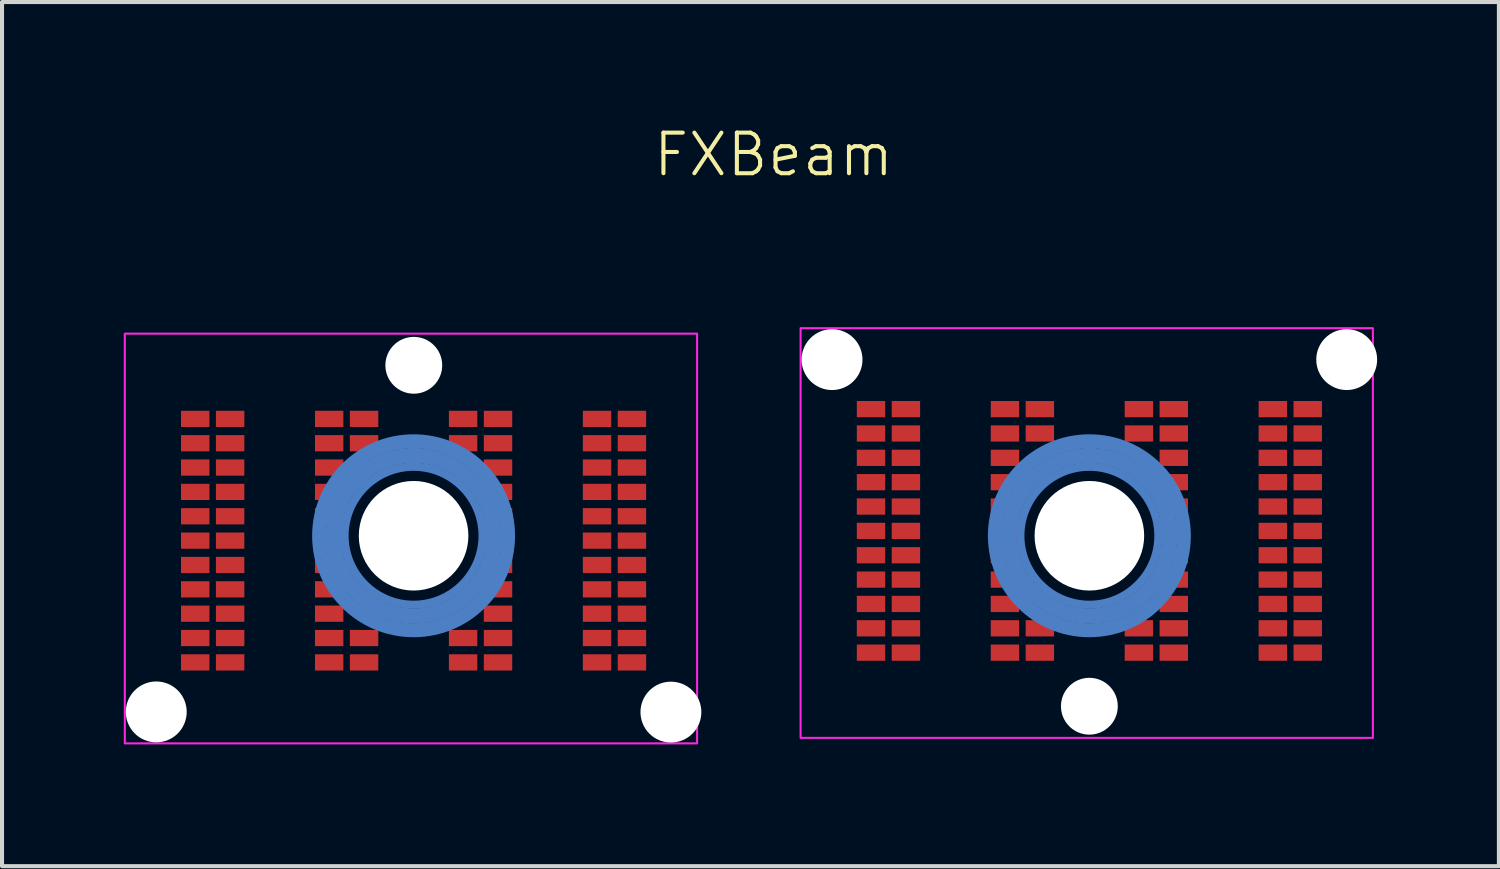
<source format=kicad_pcb>
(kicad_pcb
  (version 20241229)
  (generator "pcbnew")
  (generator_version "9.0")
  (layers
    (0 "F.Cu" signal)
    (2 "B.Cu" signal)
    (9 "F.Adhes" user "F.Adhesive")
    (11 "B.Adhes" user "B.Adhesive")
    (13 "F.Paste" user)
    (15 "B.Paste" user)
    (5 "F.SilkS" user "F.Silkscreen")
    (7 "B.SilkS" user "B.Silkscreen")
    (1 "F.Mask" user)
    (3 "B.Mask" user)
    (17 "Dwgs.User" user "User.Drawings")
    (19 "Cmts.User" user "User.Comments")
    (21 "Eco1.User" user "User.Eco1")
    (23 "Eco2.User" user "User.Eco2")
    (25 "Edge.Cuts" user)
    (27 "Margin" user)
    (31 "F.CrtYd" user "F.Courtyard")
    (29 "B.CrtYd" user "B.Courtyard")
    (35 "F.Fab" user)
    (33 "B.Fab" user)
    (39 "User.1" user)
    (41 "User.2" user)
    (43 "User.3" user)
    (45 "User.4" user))
  (footprint "FXBeam"
    (layer "F.Cu")
    (at 15.47 10.15)
    (property "Reference" "FXBeam" (at 0.54 -9.39 0) (unlocked yes) (layer "F.SilkS") (effects (font (size 1 1) (thickness 0.1))))
    (attr smd exclude_from_pos_files exclude_from_bom)
    (fp_circle (center -8.33 0) (end -6.63 0) (stroke (width 0.2) (type default)) (fill no) (layer "B.Cu"))
    (fp_circle (center -8.33 0) (end -6.44 0.005) (stroke (width 0.2) (type default)) (fill no) (layer "B.Cu"))
    (fp_circle (center -8.33 0) (end -6.265 0) (stroke (width 0.2) (type default)) (fill no) (layer "B.Cu"))
    (fp_circle (center -8.33 0) (end -6.075 0) (stroke (width 0.2) (type default)) (fill no) (layer "B.Cu"))
    (fp_circle (center -8.33 0) (end -5.93 0) (stroke (width 0.2) (type default)) (fill no) (layer "B.Cu"))
    (fp_circle (center 8.32 0) (end 10.02 0) (stroke (width 0.2) (type default)) (fill no) (layer "B.Cu"))
    (fp_circle (center 8.32 0) (end 10.21 0.005) (stroke (width 0.2) (type default)) (fill no) (layer "B.Cu"))
    (fp_circle (center 8.32 0) (end 10.385 0) (stroke (width 0.2) (type default)) (fill no) (layer "B.Cu"))
    (fp_circle (center 8.32 0) (end 10.575 0) (stroke (width 0.2) (type default)) (fill no) (layer "B.Cu"))
    (fp_circle (center 8.32 0) (end 10.72 0) (stroke (width 0.2) (type default)) (fill no) (layer "B.Cu"))
    (fp_rect (start -15.445 -4.98) (end -1.345 5.115) (stroke (width 0.05) (type default)) (fill no) (layer "F.CrtYd"))
    (fp_rect (start 15.305 4.98) (end 1.205 -5.115) (stroke (width 0.05) (type default)) (fill no) (layer "F.CrtYd"))
    (pad "" np_thru_hole circle (at -14.67 4.34) (size 1.5 1.5) (drill 1.5) (layers "*.Cu" "*.Mask"))
    (pad "" np_thru_hole circle (at -8.33 0) (size 2.7 2.7) (drill 2.7) (layers "*.Cu" "*.Mask"))
    (pad "" np_thru_hole circle (at -8.325 -4.2) (size 1.4 1.4) (drill 1.4) (layers "*.Cu" "*.Mask"))
    (pad "" np_thru_hole circle (at -1.99 4.345) (size 1.5 1.5) (drill 1.5) (layers "*.Cu" "*.Mask"))
    (pad "" np_thru_hole circle (at 1.98 -4.34) (size 1.5 1.5) (drill 1.5) (layers "*.Cu" "*.Mask"))
    (pad "" np_thru_hole circle (at 8.32 0) (size 2.7 2.7) (drill 2.7) (layers "*.Cu" "*.Mask"))
    (pad "" np_thru_hole circle (at 8.32 4.2) (size 1.4 1.4) (drill 1.4) (layers "*.Cu" "*.Mask"))
    (pad "" np_thru_hole circle (at 14.66 -4.34) (size 1.5 1.5) (drill 1.5) (layers "*.Cu" "*.Mask"))
    (pad "PA1" smd rect (at -2.95 -2.88) (size 0.7 0.4) (layers "F.Cu" "F.Mask" "F.Paste"))
    (pad "PA2" smd rect (at -3.81 -2.88) (size 0.7 0.4) (layers "F.Cu" "F.Mask" "F.Paste"))
    (pad "PA3" smd rect (at -6.25 -2.88) (size 0.7 0.4) (layers "F.Cu" "F.Mask" "F.Paste"))
    (pad "PA4" smd rect (at -7.11 -2.88) (size 0.7 0.4) (layers "F.Cu" "F.Mask" "F.Paste"))
    (pad "PA5" smd rect (at -9.55 -2.88 180) (size 0.7 0.4) (layers "F.Cu" "F.Mask" "F.Paste"))
    (pad "PA6" smd rect (at -10.41 -2.88 180) (size 0.7 0.4) (layers "F.Cu" "F.Mask" "F.Paste"))
    (pad "PA7" smd rect (at -12.85 -2.88) (size 0.7 0.4) (layers "F.Cu" "F.Mask" "F.Paste"))
    (pad "PA8" smd rect (at -13.71 -2.88) (size 0.7 0.4) (layers "F.Cu" "F.Mask" "F.Paste"))
    (pad "PB1" smd rect (at -2.95 -2.28) (size 0.7 0.4) (layers "F.Cu" "F.Mask" "F.Paste"))
    (pad "PB2" smd rect (at -3.81 -2.28) (size 0.7 0.4) (layers "F.Cu" "F.Mask" "F.Paste"))
    (pad "PB3" smd rect (at -6.25 -2.28) (size 0.7 0.4) (layers "F.Cu" "F.Mask" "F.Paste"))
    (pad "PB4" smd rect (at -7.11 -2.28) (size 0.7 0.4) (layers "F.Cu" "F.Mask" "F.Paste"))
    (pad "PB5" smd rect (at -9.55 -2.28 180) (size 0.7 0.4) (layers "F.Cu" "F.Mask" "F.Paste"))
    (pad "PB6" smd rect (at -10.41 -2.28 180) (size 0.7 0.4) (layers "F.Cu" "F.Mask" "F.Paste"))
    (pad "PB7" smd rect (at -12.85 -2.28) (size 0.7 0.4) (layers "F.Cu" "F.Mask" "F.Paste"))
    (pad "PB8" smd rect (at -13.71 -2.28) (size 0.7 0.4) (layers "F.Cu" "F.Mask" "F.Paste"))
    (pad "PC1" smd rect (at -2.95 -1.68) (size 0.7 0.4) (layers "F.Cu" "F.Mask" "F.Paste"))
    (pad "PC2" smd rect (at -3.81 -1.68) (size 0.7 0.4) (layers "F.Cu" "F.Mask" "F.Paste"))
    (pad "PC3" smd rect (at -6.25 -1.68) (size 0.7 0.4) (layers "F.Cu" "F.Mask" "F.Paste"))
    (pad "PC6" smd rect (at -10.41 -1.68 180) (size 0.7 0.4) (layers "F.Cu" "F.Mask" "F.Paste"))
    (pad "PC7" smd rect (at -12.85 -1.68) (size 0.7 0.4) (layers "F.Cu" "F.Mask" "F.Paste"))
    (pad "PC8" smd rect (at -13.71 -1.68) (size 0.7 0.4) (layers "F.Cu" "F.Mask" "F.Paste"))
    (pad "PD1" smd rect (at -2.95 -1.08) (size 0.7 0.4) (layers "F.Cu" "F.Mask" "F.Paste"))
    (pad "PD2" smd rect (at -3.81 -1.08) (size 0.7 0.4) (layers "F.Cu" "F.Mask" "F.Paste"))
    (pad "PD3" smd rect (at -6.25 -1.08) (size 0.7 0.4) (layers "F.Cu" "F.Mask" "F.Paste"))
    (pad "PD6" smd rect (at -10.41 -1.08 180) (size 0.7 0.4) (layers "F.Cu" "F.Mask" "F.Paste"))
    (pad "PD7" smd rect (at -12.85 -1.08) (size 0.7 0.4) (layers "F.Cu" "F.Mask" "F.Paste"))
    (pad "PD8" smd rect (at -13.71 -1.08) (size 0.7 0.4) (layers "F.Cu" "F.Mask" "F.Paste"))
    (pad "PE1" smd rect (at -2.95 -0.48) (size 0.7 0.4) (layers "F.Cu" "F.Mask" "F.Paste"))
    (pad "PE2" smd rect (at -3.81 -0.48) (size 0.7 0.4) (layers "F.Cu" "F.Mask" "F.Paste"))
    (pad "PE3" smd rect (at -6.25 -0.48) (size 0.7 0.4) (layers "F.Cu" "F.Mask" "F.Paste"))
    (pad "PE6" smd rect (at -10.41 -0.48 180) (size 0.7 0.4) (layers "F.Cu" "F.Mask" "F.Paste"))
    (pad "PE7" smd rect (at -12.85 -0.48) (size 0.7 0.4) (layers "F.Cu" "F.Mask" "F.Paste"))
    (pad "PE8" smd rect (at -13.71 -0.48) (size 0.7 0.4) (layers "F.Cu" "F.Mask" "F.Paste"))
    (pad "PF1" smd rect (at -2.95 0.12) (size 0.7 0.4) (layers "F.Cu" "F.Mask" "F.Paste"))
    (pad "PF2" smd rect (at -3.81 0.12) (size 0.7 0.4) (layers "F.Cu" "F.Mask" "F.Paste"))
    (pad "PF3" smd rect (at -6.25 0.12) (size 0.7 0.4) (layers "F.Cu" "F.Mask" "F.Paste"))
    (pad "PF6" smd rect (at -10.41 0.12 180) (size 0.7 0.4) (layers "F.Cu" "F.Mask" "F.Paste"))
    (pad "PF7" smd rect (at -12.85 0.12) (size 0.7 0.4) (layers "F.Cu" "F.Mask" "F.Paste"))
    (pad "PF8" smd rect (at -13.71 0.12) (size 0.7 0.4) (layers "F.Cu" "F.Mask" "F.Paste"))
    (pad "PG1" smd rect (at -2.95 0.72) (size 0.7 0.4) (layers "F.Cu" "F.Mask" "F.Paste"))
    (pad "PG2" smd rect (at -3.81 0.72) (size 0.7 0.4) (layers "F.Cu" "F.Mask" "F.Paste"))
    (pad "PG3" smd rect (at -6.25 0.72) (size 0.7 0.4) (layers "F.Cu" "F.Mask" "F.Paste"))
    (pad "PG6" smd rect (at -10.41 0.72 180) (size 0.7 0.4) (layers "F.Cu" "F.Mask" "F.Paste"))
    (pad "PG7" smd rect (at -12.85 0.72) (size 0.7 0.4) (layers "F.Cu" "F.Mask" "F.Paste"))
    (pad "PG8" smd rect (at -13.71 0.72) (size 0.7 0.4) (layers "F.Cu" "F.Mask" "F.Paste"))
    (pad "PH1" smd rect (at -2.95 1.32) (size 0.7 0.4) (layers "F.Cu" "F.Mask" "F.Paste"))
    (pad "PH2" smd rect (at -3.81 1.32) (size 0.7 0.4) (layers "F.Cu" "F.Mask" "F.Paste"))
    (pad "PH3" smd rect (at -6.25 1.32) (size 0.7 0.4) (layers "F.Cu" "F.Mask" "F.Paste"))
    (pad "PH6" smd rect (at -10.41 1.32 180) (size 0.7 0.4) (layers "F.Cu" "F.Mask" "F.Paste"))
    (pad "PH7" smd rect (at -12.85 1.32) (size 0.7 0.4) (layers "F.Cu" "F.Mask" "F.Paste"))
    (pad "PH8" smd rect (at -13.71 1.32) (size 0.7 0.4) (layers "F.Cu" "F.Mask" "F.Paste"))
    (pad "PJ1" smd rect (at -10.41 1.92 180) (size 0.7 0.4) (layers "F.Cu" "F.Mask" "F.Paste"))
    (pad "PJ1" smd rect (at -2.95 1.92) (size 0.7 0.4) (layers "F.Cu" "F.Mask" "F.Paste"))
    (pad "PJ2" smd rect (at -12.85 1.92) (size 0.7 0.4) (layers "F.Cu" "F.Mask" "F.Paste"))
    (pad "PJ2" smd rect (at -3.81 1.92) (size 0.7 0.4) (layers "F.Cu" "F.Mask" "F.Paste"))
    (pad "PJ3" smd rect (at -13.71 1.92) (size 0.7 0.4) (layers "F.Cu" "F.Mask" "F.Paste"))
    (pad "PJ3" smd rect (at -6.25 1.92) (size 0.7 0.4) (layers "F.Cu" "F.Mask" "F.Paste"))
    (pad "PK1" smd rect (at -2.95 2.52) (size 0.7 0.4) (layers "F.Cu" "F.Mask" "F.Paste"))
    (pad "PK2" smd rect (at -3.81 2.52) (size 0.7 0.4) (layers "F.Cu" "F.Mask" "F.Paste"))
    (pad "PK3" smd rect (at -6.25 2.52) (size 0.7 0.4) (layers "F.Cu" "F.Mask" "F.Paste"))
    (pad "PK4" smd rect (at -7.11 2.52) (size 0.7 0.4) (layers "F.Cu" "F.Mask" "F.Paste"))
    (pad "PK5" smd rect (at -9.55 2.52 180) (size 0.7 0.4) (layers "F.Cu" "F.Mask" "F.Paste"))
    (pad "PK6" smd rect (at -10.41 2.52 180) (size 0.7 0.4) (layers "F.Cu" "F.Mask" "F.Paste"))
    (pad "PK7" smd rect (at -12.85 2.52) (size 0.7 0.4) (layers "F.Cu" "F.Mask" "F.Paste"))
    (pad "PK8" smd rect (at -13.71 2.52) (size 0.7 0.4) (layers "F.Cu" "F.Mask" "F.Paste"))
    (pad "PL1" smd rect (at -2.95 3.12) (size 0.7 0.4) (layers "F.Cu" "F.Mask" "F.Paste"))
    (pad "PL2" smd rect (at -3.81 3.12) (size 0.7 0.4) (layers "F.Cu" "F.Mask" "F.Paste"))
    (pad "PL3" smd rect (at -6.25 3.12) (size 0.7 0.4) (layers "F.Cu" "F.Mask" "F.Paste"))
    (pad "PL4" smd rect (at -7.11 3.12) (size 0.7 0.4) (layers "F.Cu" "F.Mask" "F.Paste"))
    (pad "PL5" smd rect (at -9.55 3.12 180) (size 0.7 0.4) (layers "F.Cu" "F.Mask" "F.Paste"))
    (pad "PL6" smd rect (at -10.41 3.12 180) (size 0.7 0.4) (layers "F.Cu" "F.Mask" "F.Paste"))
    (pad "PL7" smd rect (at -12.85 3.12) (size 0.7 0.4) (layers "F.Cu" "F.Mask" "F.Paste"))
    (pad "PL8" smd rect (at -13.71 3.12) (size 0.7 0.4) (layers "F.Cu" "F.Mask" "F.Paste"))
    (pad "SA1" smd rect (at 13.7 -3.12) (size 0.7 0.4) (layers "F.Cu" "F.Mask" "F.Paste"))
    (pad "SA2" smd rect (at 12.84 -3.12) (size 0.7 0.4) (layers "F.Cu" "F.Mask" "F.Paste"))
    (pad "SA3" smd rect (at 10.4 -3.12) (size 0.7 0.4) (layers "F.Cu" "F.Mask" "F.Paste"))
    (pad "SA4" smd rect (at 9.54 -3.12) (size 0.7 0.4) (layers "F.Cu" "F.Mask" "F.Paste"))
    (pad "SA5" smd rect (at 7.1 -3.12 180) (size 0.7 0.4) (layers "F.Cu" "F.Mask" "F.Paste"))
    (pad "SA6" smd rect (at 6.24 -3.12 180) (size 0.7 0.4) (layers "F.Cu" "F.Mask" "F.Paste"))
    (pad "SA7" smd rect (at 3.8 -3.12) (size 0.7 0.4) (layers "F.Cu" "F.Mask" "F.Paste"))
    (pad "SA8" smd rect (at 2.94 -3.12) (size 0.7 0.4) (layers "F.Cu" "F.Mask" "F.Paste"))
    (pad "SB1" smd rect (at 13.7 -2.52) (size 0.7 0.4) (layers "F.Cu" "F.Mask" "F.Paste"))
    (pad "SB2" smd rect (at 12.84 -2.52) (size 0.7 0.4) (layers "F.Cu" "F.Mask" "F.Paste"))
    (pad "SB3" smd rect (at 10.4 -2.52) (size 0.7 0.4) (layers "F.Cu" "F.Mask" "F.Paste"))
    (pad "SB4" smd rect (at 9.54 -2.52) (size 0.7 0.4) (layers "F.Cu" "F.Mask" "F.Paste"))
    (pad "SB5" smd rect (at 7.1 -2.52 180) (size 0.7 0.4) (layers "F.Cu" "F.Mask" "F.Paste"))
    (pad "SB6" smd rect (at 6.24 -2.52 180) (size 0.7 0.4) (layers "F.Cu" "F.Mask" "F.Paste"))
    (pad "SB7" smd rect (at 3.8 -2.52) (size 0.7 0.4) (layers "F.Cu" "F.Mask" "F.Paste"))
    (pad "SB8" smd rect (at 2.94 -2.52) (size 0.7 0.4) (layers "F.Cu" "F.Mask" "F.Paste"))
    (pad "SC1" smd rect (at 13.7 -1.92) (size 0.7 0.4) (layers "F.Cu" "F.Mask" "F.Paste"))
    (pad "SC2" smd rect (at 12.84 -1.92) (size 0.7 0.4) (layers "F.Cu" "F.Mask" "F.Paste"))
    (pad "SC3" smd rect (at 10.4 -1.92) (size 0.7 0.4) (layers "F.Cu" "F.Mask" "F.Paste"))
    (pad "SC6" smd rect (at 6.24 -1.92 180) (size 0.7 0.4) (layers "F.Cu" "F.Mask" "F.Paste"))
    (pad "SC7" smd rect (at 3.8 -1.92) (size 0.7 0.4) (layers "F.Cu" "F.Mask" "F.Paste"))
    (pad "SC8" smd rect (at 2.94 -1.92) (size 0.7 0.4) (layers "F.Cu" "F.Mask" "F.Paste"))
    (pad "SD1" smd rect (at 13.7 -1.32) (size 0.7 0.4) (layers "F.Cu" "F.Mask" "F.Paste"))
    (pad "SD2" smd rect (at 12.84 -1.32) (size 0.7 0.4) (layers "F.Cu" "F.Mask" "F.Paste"))
    (pad "SD3" smd rect (at 10.4 -1.32) (size 0.7 0.4) (layers "F.Cu" "F.Mask" "F.Paste"))
    (pad "SD6" smd rect (at 6.24 -1.32 180) (size 0.7 0.4) (layers "F.Cu" "F.Mask" "F.Paste"))
    (pad "SD7" smd rect (at 3.8 -1.32) (size 0.7 0.4) (layers "F.Cu" "F.Mask" "F.Paste"))
    (pad "SD8" smd rect (at 2.94 -1.32) (size 0.7 0.4) (layers "F.Cu" "F.Mask" "F.Paste"))
    (pad "SE1" smd rect (at 13.7 -0.72) (size 0.7 0.4) (layers "F.Cu" "F.Mask" "F.Paste"))
    (pad "SE2" smd rect (at 12.84 -0.72) (size 0.7 0.4) (layers "F.Cu" "F.Mask" "F.Paste"))
    (pad "SE3" smd rect (at 10.4 -0.72) (size 0.7 0.4) (layers "F.Cu" "F.Mask" "F.Paste"))
    (pad "SE6" smd rect (at 6.24 -0.72 180) (size 0.7 0.4) (layers "F.Cu" "F.Mask" "F.Paste"))
    (pad "SE7" smd rect (at 3.8 -0.72) (size 0.7 0.4) (layers "F.Cu" "F.Mask" "F.Paste"))
    (pad "SE8" smd rect (at 2.94 -0.72) (size 0.7 0.4) (layers "F.Cu" "F.Mask" "F.Paste"))
    (pad "SF1" smd rect (at 13.7 -0.12) (size 0.7 0.4) (layers "F.Cu" "F.Mask" "F.Paste"))
    (pad "SF2" smd rect (at 12.84 -0.12) (size 0.7 0.4) (layers "F.Cu" "F.Mask" "F.Paste"))
    (pad "SF3" smd rect (at 10.4 -0.12) (size 0.7 0.4) (layers "F.Cu" "F.Mask" "F.Paste"))
    (pad "SF6" smd rect (at 6.24 -0.12 180) (size 0.7 0.4) (layers "F.Cu" "F.Mask" "F.Paste"))
    (pad "SF7" smd rect (at 3.8 -0.12) (size 0.7 0.4) (layers "F.Cu" "F.Mask" "F.Paste"))
    (pad "SF8" smd rect (at 2.94 -0.12) (size 0.7 0.4) (layers "F.Cu" "F.Mask" "F.Paste"))
    (pad "SG1" smd rect (at 13.7 0.48) (size 0.7 0.4) (layers "F.Cu" "F.Mask" "F.Paste"))
    (pad "SG2" smd rect (at 12.84 0.48) (size 0.7 0.4) (layers "F.Cu" "F.Mask" "F.Paste"))
    (pad "SG3" smd rect (at 10.4 0.48) (size 0.7 0.4) (layers "F.Cu" "F.Mask" "F.Paste"))
    (pad "SG6" smd rect (at 6.24 0.48 180) (size 0.7 0.4) (layers "F.Cu" "F.Mask" "F.Paste"))
    (pad "SG7" smd rect (at 3.8 0.48) (size 0.7 0.4) (layers "F.Cu" "F.Mask" "F.Paste"))
    (pad "SG8" smd rect (at 2.94 0.48) (size 0.7 0.4) (layers "F.Cu" "F.Mask" "F.Paste"))
    (pad "SH1" smd rect (at 13.7 1.08) (size 0.7 0.4) (layers "F.Cu" "F.Mask" "F.Paste"))
    (pad "SH2" smd rect (at 12.84 1.08) (size 0.7 0.4) (layers "F.Cu" "F.Mask" "F.Paste"))
    (pad "SH3" smd rect (at 10.4 1.08) (size 0.7 0.4) (layers "F.Cu" "F.Mask" "F.Paste"))
    (pad "SH6" smd rect (at 6.24 1.08 180) (size 0.7 0.4) (layers "F.Cu" "F.Mask" "F.Paste"))
    (pad "SH7" smd rect (at 3.8 1.08) (size 0.7 0.4) (layers "F.Cu" "F.Mask" "F.Paste"))
    (pad "SH8" smd rect (at 2.94 1.08) (size 0.7 0.4) (layers "F.Cu" "F.Mask" "F.Paste"))
    (pad "SJ1" smd rect (at 13.7 1.68) (size 0.7 0.4) (layers "F.Cu" "F.Mask" "F.Paste"))
    (pad "SJ2" smd rect (at 12.84 1.68) (size 0.7 0.4) (layers "F.Cu" "F.Mask" "F.Paste"))
    (pad "SJ3" smd rect (at 10.4 1.68) (size 0.7 0.4) (layers "F.Cu" "F.Mask" "F.Paste"))
    (pad "SJ6" smd rect (at 6.24 1.68 180) (size 0.7 0.4) (layers "F.Cu" "F.Mask" "F.Paste"))
    (pad "SJ7" smd rect (at 3.8 1.68) (size 0.7 0.4) (layers "F.Cu" "F.Mask" "F.Paste"))
    (pad "SJ8" smd rect (at 2.94 1.68) (size 0.7 0.4) (layers "F.Cu" "F.Mask" "F.Paste"))
    (pad "SK1" smd rect (at 13.7 2.28) (size 0.7 0.4) (layers "F.Cu" "F.Mask" "F.Paste"))
    (pad "SK2" smd rect (at 12.84 2.28) (size 0.7 0.4) (layers "F.Cu" "F.Mask" "F.Paste"))
    (pad "SK3" smd rect (at 10.4 2.28) (size 0.7 0.4) (layers "F.Cu" "F.Mask" "F.Paste"))
    (pad "SK4" smd rect (at 9.54 2.28) (size 0.7 0.4) (layers "F.Cu" "F.Mask" "F.Paste"))
    (pad "SK5" smd rect (at 7.1 2.28 180) (size 0.7 0.4) (layers "F.Cu" "F.Mask" "F.Paste"))
    (pad "SK6" smd rect (at 6.24 2.28 180) (size 0.7 0.4) (layers "F.Cu" "F.Mask" "F.Paste"))
    (pad "SK7" smd rect (at 3.8 2.28) (size 0.7 0.4) (layers "F.Cu" "F.Mask" "F.Paste"))
    (pad "SK8" smd rect (at 2.94 2.28) (size 0.7 0.4) (layers "F.Cu" "F.Mask" "F.Paste"))
    (pad "SL1" smd rect (at 13.7 2.88) (size 0.7 0.4) (layers "F.Cu" "F.Mask" "F.Paste"))
    (pad "SL2" smd rect (at 12.84 2.88) (size 0.7 0.4) (layers "F.Cu" "F.Mask" "F.Paste"))
    (pad "SL3" smd rect (at 10.4 2.88) (size 0.7 0.4) (layers "F.Cu" "F.Mask" "F.Paste"))
    (pad "SL4" smd rect (at 9.54 2.88) (size 0.7 0.4) (layers "F.Cu" "F.Mask" "F.Paste"))
    (pad "SL5" smd rect (at 7.1 2.88 180) (size 0.7 0.4) (layers "F.Cu" "F.Mask" "F.Paste"))
    (pad "SL6" smd rect (at 6.24 2.88 180) (size 0.7 0.4) (layers "F.Cu" "F.Mask" "F.Paste"))
    (pad "SL7" smd rect (at 3.8 2.88) (size 0.7 0.4) (layers "F.Cu" "F.Mask" "F.Paste"))
    (pad "SL8" smd rect (at 2.94 2.88) (size 0.7 0.4) (layers "F.Cu" "F.Mask" "F.Paste")))
  (gr_rect
    (start -3 -3)
    (end 33.88 18.291)
    (stroke (width 0.1) (type default))
    (fill no)
    (layer "Edge.Cuts")))
</source>
